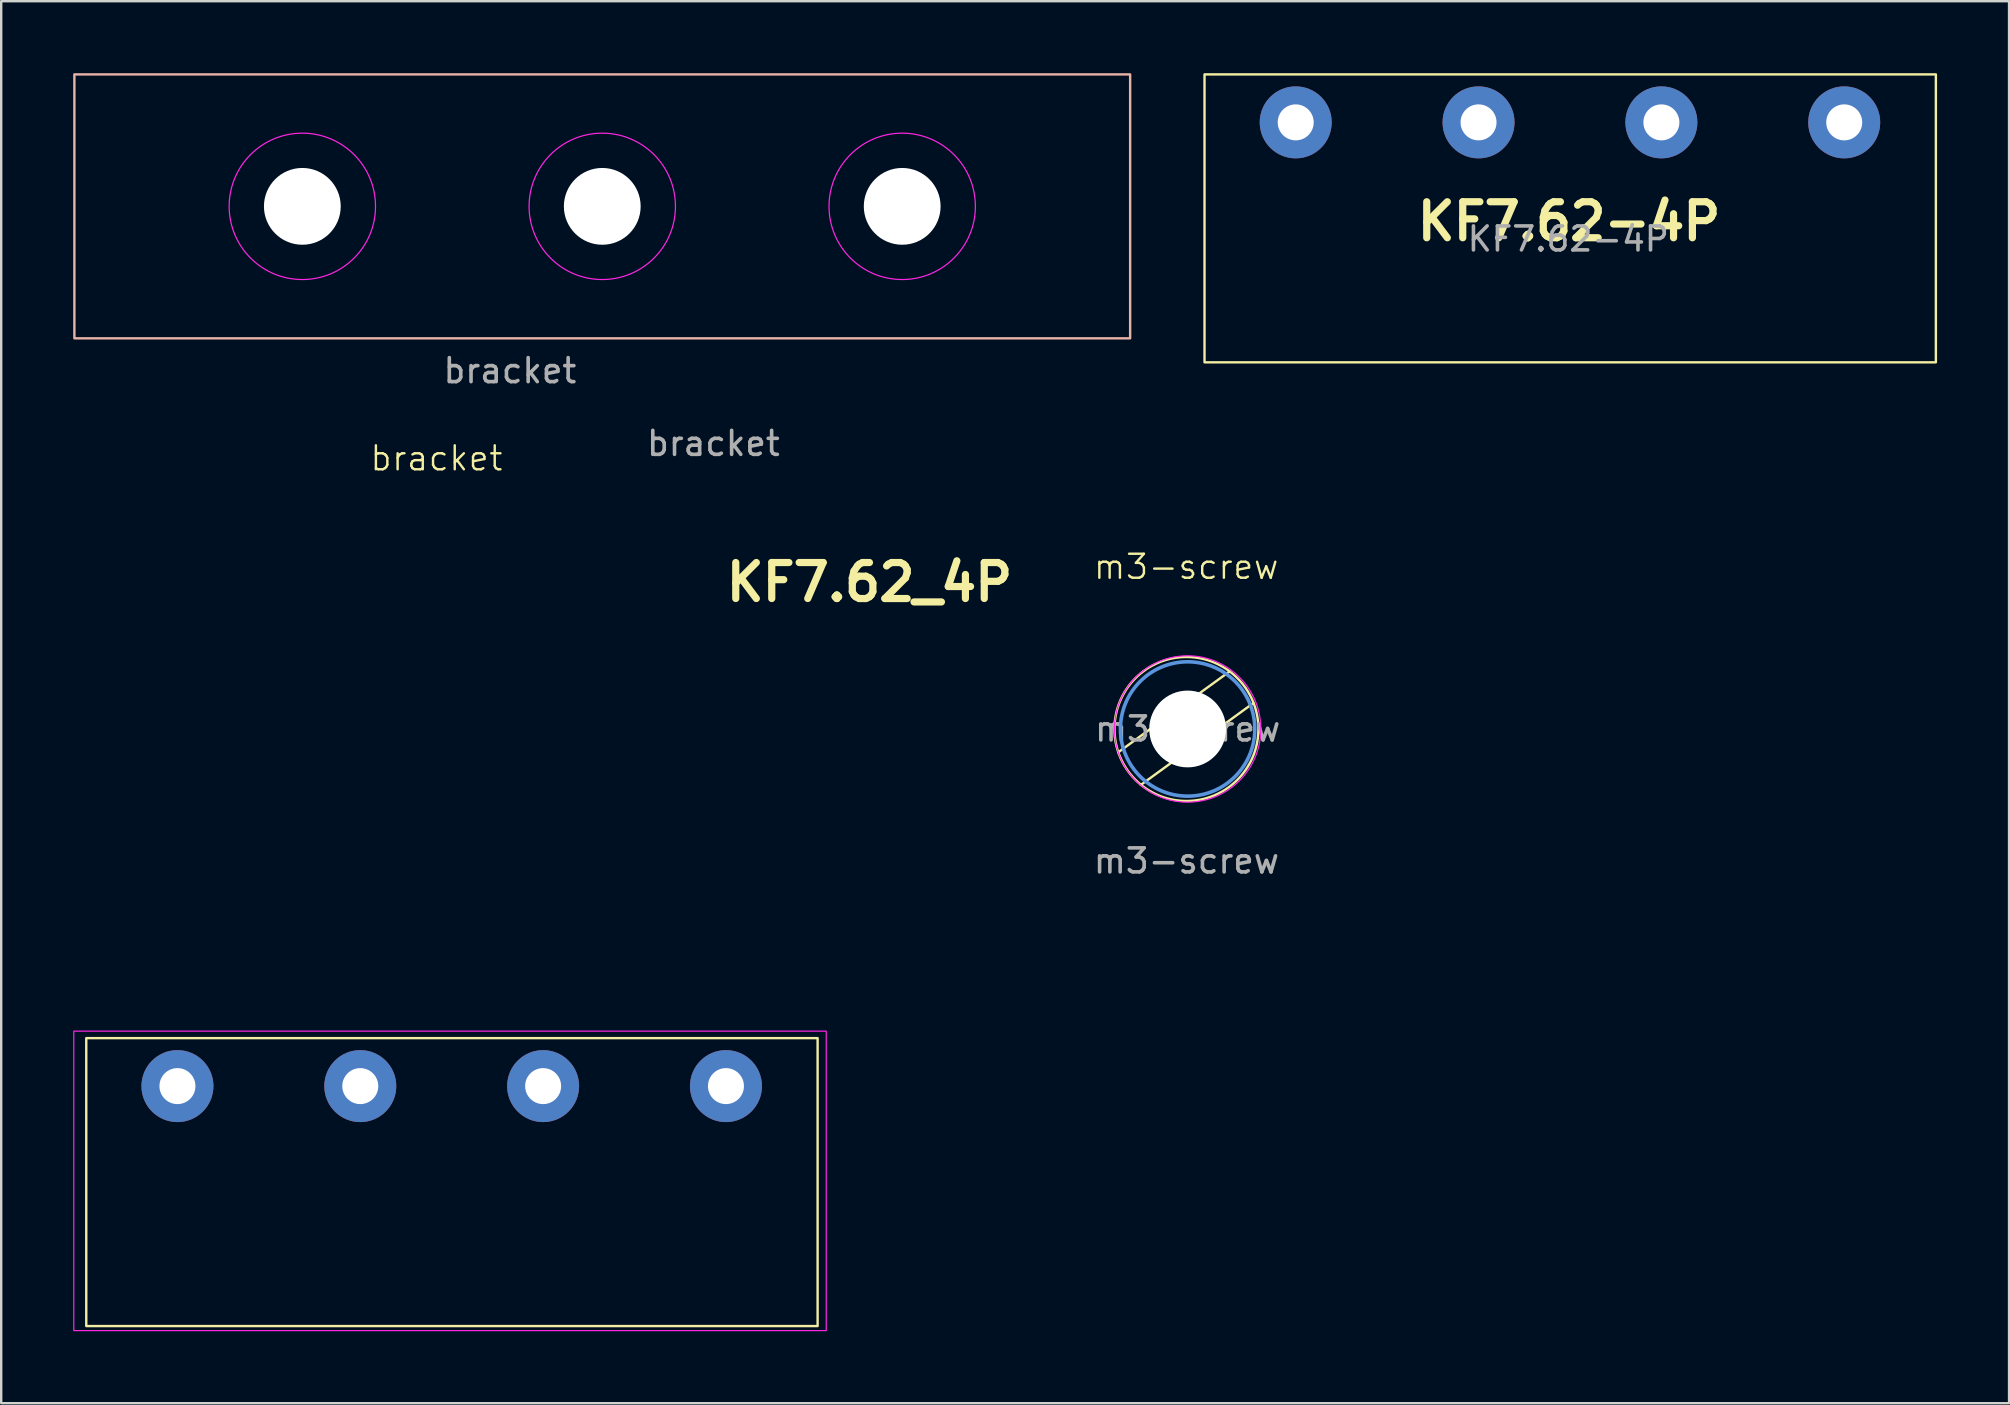
<source format=kicad_pcb>
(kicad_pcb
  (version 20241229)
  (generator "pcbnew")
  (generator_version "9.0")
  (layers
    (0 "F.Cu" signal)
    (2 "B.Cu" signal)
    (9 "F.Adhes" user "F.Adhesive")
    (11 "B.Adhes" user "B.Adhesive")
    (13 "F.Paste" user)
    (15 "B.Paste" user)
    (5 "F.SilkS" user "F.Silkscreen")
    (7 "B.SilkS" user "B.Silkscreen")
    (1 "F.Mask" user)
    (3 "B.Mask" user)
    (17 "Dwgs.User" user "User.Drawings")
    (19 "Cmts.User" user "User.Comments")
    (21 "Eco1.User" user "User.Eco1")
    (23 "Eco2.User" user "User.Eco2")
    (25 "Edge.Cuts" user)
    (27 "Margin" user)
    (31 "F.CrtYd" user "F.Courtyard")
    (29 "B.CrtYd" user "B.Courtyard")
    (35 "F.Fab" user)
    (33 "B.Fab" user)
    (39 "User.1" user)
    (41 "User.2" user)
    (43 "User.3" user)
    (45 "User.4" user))
  (footprint "KF7.62-4P"
    (layer "F.Cu")
    (at 62.39 6.05)
    (property "Reference" "KF7.62-4P" (at -0.05 0.13 0) (unlocked yes) (layer "F.SilkS") (effects (font (size 1.5 1.5) (thickness 0.3) (bold yes))))
    (attr through_hole)
    (fp_rect (start -15.24 -6) (end 15.24 6) (stroke (width 0.1) (type default)) (fill no) (layer "F.SilkS"))
    (fp_text user "${REFERENCE}" (at -0.08 0.86 0) (unlocked yes) (layer "F.Fab") (effects (font (size 1 1) (thickness 0.15))))
    (pad "1" thru_hole circle (at -11.44 -4) (size 3 3) (drill 1.5) (layers "*.Cu" "*.Mask"))
    (pad "2" thru_hole circle (at -3.82 -4) (size 3 3) (drill 1.5) (layers "*.Cu" "*.Mask"))
    (pad "3" thru_hole circle (at 3.8 -4) (size 3 3) (drill 1.5) (layers "*.Cu" "*.Mask"))
    (pad "4" thru_hole circle (at 11.42 -4) (size 3 3) (drill 1.5) (layers "*.Cu" "*.Mask")))
  (footprint "KF7.62_4P"
    (layer "F.Cu")
    (at 15.785 42.215)
    (property "Reference" "KF7.62_4P" (at 17.4 -21 0) (layer "F.SilkS") (effects (font (size 1.5 1.5) (thickness 0.3))))
    (attr board_only exclude_from_pos_files exclude_from_bom)
    (fp_poly (pts (xy -11.788 -0.28) (xy -11.725 -0.13) (xy -11.792 0.039) (xy -11.955 0.152) (xy -12.11 0.134) (xy -12.184 0.038) (xy -12.198 -0.17) (xy -12.088 -0.312) (xy -11.961 -0.344)) (stroke (width 0) (type solid)) (fill yes) (layer "F.Mask"))
    (fp_rect (start -15.24 -2) (end 15.24 10) (stroke (width 0.1) (type default)) (fill no) (layer "F.SilkS"))
    (fp_rect (start -15.76 -2.29) (end 15.6 10.19) (stroke (width 0.05) (type default)) (fill no) (layer "F.CrtYd"))
    (pad "1" thru_hole circle (at -11.44 0) (size 3 3) (drill 1.5) (layers "*.Cu" "*.Mask"))
    (pad "2" thru_hole circle (at -3.82 0) (size 3 3) (drill 1.5) (layers "*.Cu" "*.Mask"))
    (pad "3" thru_hole circle (at 3.8 0) (size 3 3) (drill 1.5) (layers "*.Cu" "*.Mask"))
    (pad "4" thru_hole circle (at 11.42 0) (size 3 3) (drill 1.5) (layers "*.Cu" "*.Mask")))
  (footprint "bracket"
    (layer "F.Cu")
    (at 22.05 5.55)
    (property "Reference" "bracket" (at -6.91 10.5 0) (unlocked yes) (layer "F.SilkS") (effects (font (size 1 1) (thickness 0.1))))
    (attr through_hole)
    (fp_rect (start -22 -5.5) (end 22 5.5) (stroke (width 0.1) (type default)) (fill no) (layer "B.SilkS"))
    (fp_circle (center -12.5 0) (end -9.45 0) (stroke (width 0.05) (type solid)) (fill no) (layer "F.CrtYd"))
    (fp_circle (center 0 0) (end 3.05 0) (stroke (width 0.05) (type solid)) (fill no) (layer "F.CrtYd"))
    (fp_circle (center 12.5 0) (end 15.55 0) (stroke (width 0.05) (type solid)) (fill no) (layer "F.CrtYd"))
    (fp_text user "${REFERENCE}" (at 4.63 9.88 0) (layer "F.Fab") (effects (font (size 1 1) (thickness 0.15))))
    (fp_text user "${REFERENCE}" (at -3.85 6.85 0) (unlocked yes) (layer "F.Fab") (effects (font (size 1 1) (thickness 0.15))))
    (pad "" np_thru_hole circle (at -12.5 0) (size 3.2 3.2) (drill 3.2) (layers "*.Cu" "*.Mask"))
    (pad "" np_thru_hole circle (at 0 0) (size 3.2 3.2) (drill 3.2) (layers "*.Cu" "*.Mask"))
    (pad "" np_thru_hole circle (at 12.5 0) (size 3.2 3.2) (drill 3.2) (layers "*.Cu" "*.Mask")))
  (footprint "m3-screw"
    (layer "F.Cu")
    (at 46.396 27.331)
    (property "Reference" "m3-screw" (at -0.01 -6.76 0) (unlocked yes) (layer "F.SilkS") (effects (font (size 1 1) (thickness 0.1))))
    (attr through_hole)
    (fp_line (start 1.8 -2.4) (end -2.84 0.97) (stroke (width 0.1) (type default)) (layer "F.SilkS"))
    (fp_line (start 2.79 -1.08) (end -1.9 2.33) (stroke (width 0.1) (type default)) (layer "F.SilkS"))
    (fp_circle (center 0 0) (end 3 0) (stroke (width 0.1) (type default)) (fill no) (layer "F.SilkS"))
    (fp_circle (center 0.05 0) (end 2.85 0) (stroke (width 0.15) (type solid)) (fill no) (layer "Cmts.User"))
    (fp_circle (center 0.05 0) (end 3.1 0) (stroke (width 0.05) (type solid)) (fill no) (layer "F.CrtYd"))
    (fp_text user "${REFERENCE}" (at 0.05 0 0) (layer "F.Fab") (effects (font (size 1 1) (thickness 0.15))))
    (fp_text user "${REFERENCE}" (at 0 5.5 0) (unlocked yes) (layer "F.Fab") (effects (font (size 1 1) (thickness 0.15))))
    (pad "" np_thru_hole circle (at 0.05 0) (size 3.2 3.2) (drill 3.2) (layers "*.Cu" "*.Mask")))
  (gr_rect
    (start -3 -3)
    (end 80.68 55.429)
    (stroke (width 0.1) (type default))
    (fill no)
    (layer "Edge.Cuts")))
</source>
